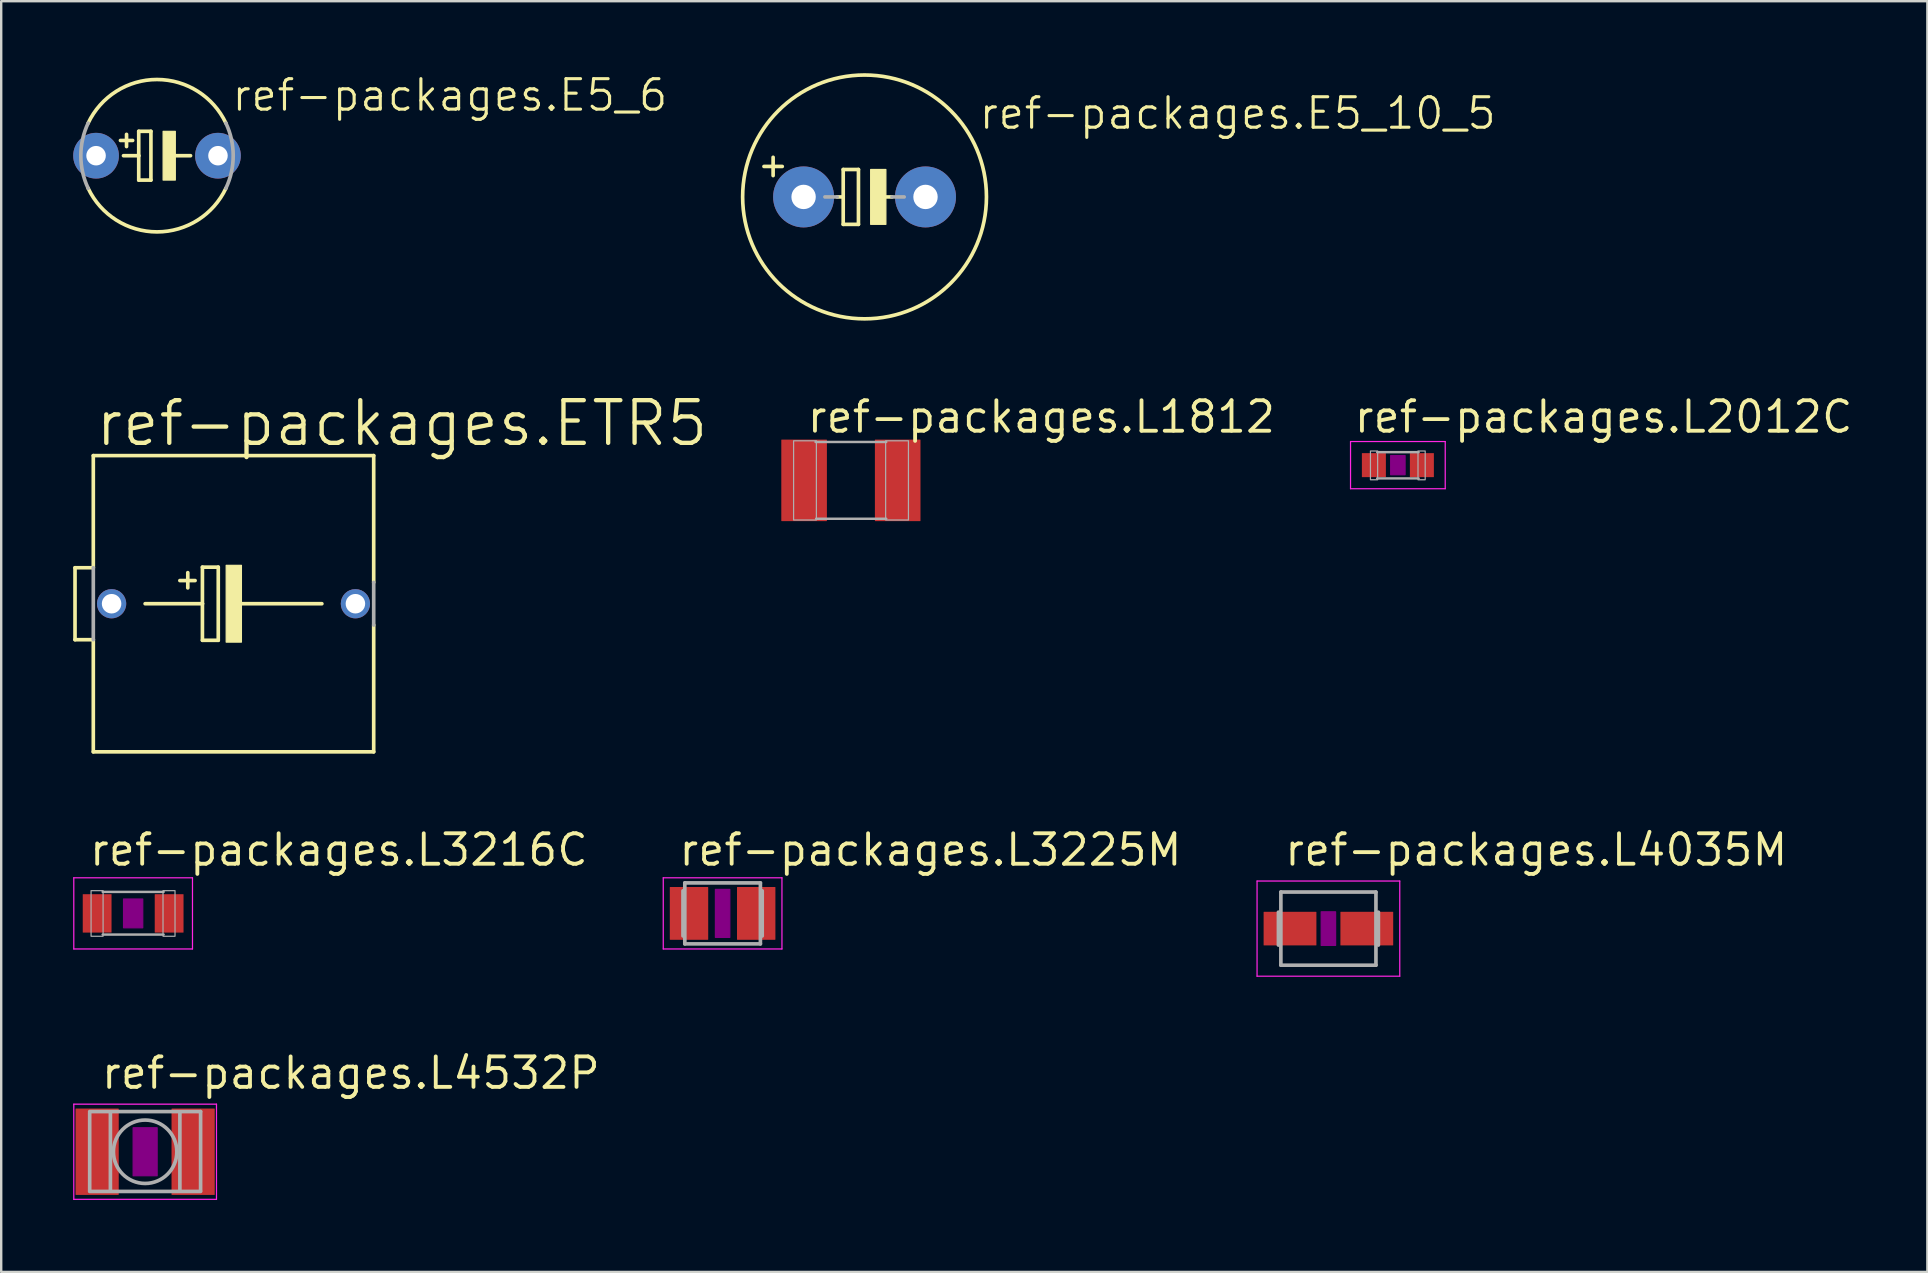
<source format=kicad_pcb>
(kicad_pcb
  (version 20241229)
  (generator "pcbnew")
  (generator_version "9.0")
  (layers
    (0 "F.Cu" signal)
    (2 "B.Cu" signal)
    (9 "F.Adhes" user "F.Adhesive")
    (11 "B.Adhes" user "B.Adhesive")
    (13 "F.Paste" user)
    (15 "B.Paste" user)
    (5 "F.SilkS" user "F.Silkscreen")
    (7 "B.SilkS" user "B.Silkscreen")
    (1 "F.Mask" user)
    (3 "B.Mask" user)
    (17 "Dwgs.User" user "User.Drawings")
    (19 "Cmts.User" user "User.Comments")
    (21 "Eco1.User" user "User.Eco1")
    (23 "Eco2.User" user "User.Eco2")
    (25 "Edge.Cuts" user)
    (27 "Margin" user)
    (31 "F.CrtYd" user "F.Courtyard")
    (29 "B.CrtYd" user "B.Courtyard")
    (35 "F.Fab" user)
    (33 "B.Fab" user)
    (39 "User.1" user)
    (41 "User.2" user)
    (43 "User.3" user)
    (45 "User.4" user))
  (footprint "ref-packages.E5_6"
    (layer "F.Cu")
    (at 3.493 3.438)
    (property "Reference" "ref-packages.E5_6" (at 3.048 -1.778 0) (layer "F.SilkS") (effects (font (size 1.27 1.27) (thickness 0.13)) (justify left bottom)))
    (attr through_hole)
    (fp_line (start -1.524 -0.635) (end -1.016 -0.635) (stroke (width 0.152) (type default)) (layer "F.SilkS"))
    (fp_line (start -1.397 0) (end -0.762 0) (stroke (width 0.152) (type default)) (layer "F.SilkS"))
    (fp_line (start -1.27 -0.381) (end -1.27 -0.889) (stroke (width 0.152) (type default)) (layer "F.SilkS"))
    (fp_line (start -0.762 -1.016) (end -0.762 0) (stroke (width 0.152) (type default)) (layer "F.SilkS"))
    (fp_line (start -0.762 0) (end -0.762 1.016) (stroke (width 0.152) (type default)) (layer "F.SilkS"))
    (fp_line (start -0.762 1.016) (end -0.254 1.016) (stroke (width 0.152) (type default)) (layer "F.SilkS"))
    (fp_line (start -0.254 -1.016) (end -0.762 -1.016) (stroke (width 0.152) (type default)) (layer "F.SilkS"))
    (fp_line (start -0.254 1.016) (end -0.254 -1.016) (stroke (width 0.152) (type default)) (layer "F.SilkS"))
    (fp_line (start 0.635 0) (end 1.397 0) (stroke (width 0.152) (type default)) (layer "F.SilkS"))
    (fp_rect (start 0.254 1.016) (end 0.762 -1.016) (stroke (width 0.05) (type default)) (fill yes) (layer "F.SilkS"))
    (fp_arc (start -2.8702 -1.3574) (mid 0 -3.174993) (end 2.8702 -1.3574) (stroke (width 0.1524) (type default)) (layer "F.SilkS"))
    (fp_arc (start 2.8702 1.3574) (mid 0 3.174993) (end -2.8702 1.3574) (stroke (width 0.1524) (type default)) (layer "F.SilkS"))
    (fp_arc (start -2.8702 1.3574) (mid -3.174993 0) (end -2.8702 -1.3574) (stroke (width 0.1524) (type default)) (layer "F.Fab"))
    (fp_arc (start 2.8702 -1.3574) (mid 3.174993 0) (end 2.8702 1.3574) (stroke (width 0.1524) (type default)) (layer "F.Fab"))
    (pad "+" thru_hole circle (at -2.54 0) (size 1.905 1.905) (drill 0.813) (layers "*.Cu" "*.Mask"))
    (pad "-" thru_hole circle (at 2.54 0) (size 1.905 1.905) (drill 0.813) (layers "*.Cu" "*.Mask")))
  (footprint "ref-packages.L2012C"
    (layer "F.Cu")
    (at 55.2 16.332)
    (property "Reference" "ref-packages.L2012C" (at -1.905 -1.27 0) (layer "F.SilkS") (effects (font (size 1.27 1.27) (thickness 0.16)) (justify left bottom)))
    (attr smd)
    (fp_rect (start -0.3 0.4) (end 0.3 -0.4) (stroke (width 0.05) (type default)) (fill yes) (layer "F.Adhes"))
    (fp_line (start -1.973 -0.983) (end 1.973 -0.983) (stroke (width 0.051) (type default)) (layer "F.CrtYd"))
    (fp_line (start -1.973 0.983) (end -1.973 -0.983) (stroke (width 0.051) (type default)) (layer "F.CrtYd"))
    (fp_line (start 1.973 -0.983) (end 1.973 0.983) (stroke (width 0.051) (type default)) (layer "F.CrtYd"))
    (fp_line (start 1.973 0.983) (end -1.973 0.983) (stroke (width 0.051) (type default)) (layer "F.CrtYd"))
    (fp_line (start -0.864 -0.54) (end 0.864 -0.54) (stroke (width 0.102) (type default)) (layer "F.Fab"))
    (fp_line (start -0.864 0.553) (end 0.864 0.553) (stroke (width 0.102) (type default)) (layer "F.Fab"))
    (fp_rect (start -1.143 0.61) (end -0.843 -0.59) (stroke (width 0.05) (type default)) (fill no) (layer "F.Fab"))
    (fp_rect (start 0.838 0.61) (end 1.138 -0.59) (stroke (width 0.05) (type default)) (fill no) (layer "F.Fab"))
    (pad "1" smd roundrect (at -1 0) (size 1 1) (layers "F.Cu" "F.Mask" "F.Paste") (roundrect_rratio 0.01))
    (pad "2" smd roundrect (at 1 0) (size 1 1) (layers "F.Cu" "F.Mask" "F.Paste") (roundrect_rratio 0.01)))
  (footprint "ref-packages.E5_10_5"
    (layer "F.Cu")
    (at 32.976 5.156)
    (property "Reference" "ref-packages.E5_10_5" (at 4.699 -2.743 0) (layer "F.SilkS") (effects (font (size 1.27 1.27) (thickness 0.13)) (justify left bottom)))
    (attr through_hole)
    (fp_line (start -3.81 -1.651) (end -3.81 -0.889) (stroke (width 0.152) (type default)) (layer "F.SilkS"))
    (fp_line (start -3.429 -1.27) (end -4.191 -1.27) (stroke (width 0.152) (type default)) (layer "F.SilkS"))
    (fp_line (start -1.143 0) (end -0.889 0) (stroke (width 0.152) (type default)) (layer "F.SilkS"))
    (fp_line (start -0.889 -1.143) (end -0.889 0) (stroke (width 0.152) (type default)) (layer "F.SilkS"))
    (fp_line (start -0.889 0) (end -0.889 1.143) (stroke (width 0.152) (type default)) (layer "F.SilkS"))
    (fp_line (start -0.889 1.143) (end -0.254 1.143) (stroke (width 0.152) (type default)) (layer "F.SilkS"))
    (fp_line (start -0.254 -1.143) (end -0.889 -1.143) (stroke (width 0.152) (type default)) (layer "F.SilkS"))
    (fp_line (start -0.254 1.143) (end -0.254 -1.143) (stroke (width 0.152) (type default)) (layer "F.SilkS"))
    (fp_line (start 0.635 0) (end 1.143 0) (stroke (width 0.152) (type default)) (layer "F.SilkS"))
    (fp_rect (start 0.254 1.143) (end 0.889 -1.143) (stroke (width 0.05) (type default)) (fill yes) (layer "F.SilkS"))
    (fp_circle (center 0 0) (end 5.08 0) (stroke (width 0.152) (type default)) (fill no) (layer "F.SilkS"))
    (fp_line (start -1.651 0) (end -1.143 0) (stroke (width 0.152) (type default)) (layer "F.Fab"))
    (fp_line (start 1.143 0) (end 1.651 0) (stroke (width 0.152) (type default)) (layer "F.Fab"))
    (pad "+" thru_hole circle (at -2.54 0) (size 2.54 2.54) (drill 1.016) (layers "*.Cu" "*.Mask"))
    (pad "-" thru_hole circle (at 2.54 0) (size 2.54 2.54) (drill 1.016) (layers "*.Cu" "*.Mask")))
  (footprint "ref-packages.L3216C"
    (layer "F.Cu")
    (at 2.498 35.011)
    (property "Reference" "ref-packages.L3216C" (at -1.905 -1.905 0) (layer "F.SilkS") (effects (font (size 1.27 1.27) (thickness 0.16)) (justify left bottom)))
    (attr smd)
    (fp_rect (start -0.4 0.6) (end 0.4 -0.6) (stroke (width 0.05) (type default)) (fill yes) (layer "F.Adhes"))
    (fp_line (start -2.473 -1.483) (end 2.473 -1.483) (stroke (width 0.051) (type default)) (layer "F.CrtYd"))
    (fp_line (start -2.473 1.483) (end -2.473 -1.483) (stroke (width 0.051) (type default)) (layer "F.CrtYd"))
    (fp_line (start 2.473 -1.483) (end 2.473 1.483) (stroke (width 0.051) (type default)) (layer "F.CrtYd"))
    (fp_line (start 2.473 1.483) (end -2.473 1.483) (stroke (width 0.051) (type default)) (layer "F.CrtYd"))
    (fp_line (start -1.27 -0.896) (end 1.27 -0.896) (stroke (width 0.102) (type default)) (layer "F.Fab"))
    (fp_line (start -1.27 0.883) (end 1.27 0.883) (stroke (width 0.102) (type default)) (layer "F.Fab"))
    (fp_rect (start -1.753 0.953) (end -1.252 -0.947) (stroke (width 0.05) (type default)) (fill no) (layer "F.Fab"))
    (fp_rect (start 1.245 0.953) (end 1.745 -0.947) (stroke (width 0.05) (type default)) (fill no) (layer "F.Fab"))
    (pad "1" smd roundrect (at -1.5 0) (size 1.2 1.6) (layers "F.Cu" "F.Mask" "F.Paste") (roundrect_rratio 0.01))
    (pad "2" smd roundrect (at 1.5 0) (size 1.2 1.6) (layers "F.Cu" "F.Mask" "F.Paste") (roundrect_rratio 0.01)))
  (footprint "ref-packages.L1812"
    (layer "F.Cu")
    (at 32.407 16.967)
    (property "Reference" "ref-packages.L1812" (at -1.905 -1.905 0) (layer "F.SilkS") (effects (font (size 1.27 1.27) (thickness 0.16)) (justify left bottom)))
    (attr smd)
    (fp_line (start -1.473 -1.6) (end 1.473 -1.6) (stroke (width 0.102) (type default)) (layer "F.Fab"))
    (fp_line (start -1.448 1.6) (end 1.473 1.6) (stroke (width 0.102) (type default)) (layer "F.Fab"))
    (fp_rect (start -2.388 1.651) (end -1.438 -1.649) (stroke (width 0.05) (type default)) (fill no) (layer "F.Fab"))
    (fp_rect (start 1.448 1.651) (end 2.398 -1.649) (stroke (width 0.05) (type default)) (fill no) (layer "F.Fab"))
    (pad "1" smd roundrect (at -1.95 0) (size 1.9 3.4) (layers "F.Cu" "F.Mask" "F.Paste") (roundrect_rratio 0.01))
    (pad "2" smd roundrect (at 1.95 0) (size 1.9 3.4) (layers "F.Cu" "F.Mask" "F.Paste") (roundrect_rratio 0.01)))
  (footprint "ref-packages.L3225M"
    (layer "F.Cu")
    (at 27.061 35.011)
    (property "Reference" "ref-packages.L3225M" (at -1.905 -1.905 0) (layer "F.SilkS") (effects (font (size 1.27 1.27) (thickness 0.16)) (justify left bottom)))
    (attr smd)
    (fp_rect (start -0.3 1) (end 0.3 -1) (stroke (width 0.05) (type default)) (fill yes) (layer "F.Adhes"))
    (fp_line (start -2.473 -1.483) (end 2.473 -1.483) (stroke (width 0.051) (type default)) (layer "F.CrtYd"))
    (fp_line (start -2.473 1.483) (end -2.473 -1.483) (stroke (width 0.051) (type default)) (layer "F.CrtYd"))
    (fp_line (start 2.473 -1.483) (end 2.473 1.483) (stroke (width 0.051) (type default)) (layer "F.CrtYd"))
    (fp_line (start 2.473 1.483) (end -2.473 1.483) (stroke (width 0.051) (type default)) (layer "F.CrtYd"))
    (fp_line (start -1.651 -0.94) (end -1.651 0.94) (stroke (width 0.152) (type default)) (layer "F.Fab"))
    (fp_line (start -1.575 -1.27) (end 1.575 -1.27) (stroke (width 0.152) (type default)) (layer "F.Fab"))
    (fp_line (start -1.575 1.27) (end -1.575 -1.27) (stroke (width 0.152) (type default)) (layer "F.Fab"))
    (fp_line (start 1.575 -1.27) (end 1.575 1.27) (stroke (width 0.152) (type default)) (layer "F.Fab"))
    (fp_line (start 1.575 1.27) (end -1.575 1.27) (stroke (width 0.152) (type default)) (layer "F.Fab"))
    (fp_line (start 1.651 -0.94) (end 1.651 0.94) (stroke (width 0.152) (type default)) (layer "F.Fab"))
    (pad "1" smd roundrect (at -1.4 0) (size 1.6 2.2) (layers "F.Cu" "F.Mask" "F.Paste") (roundrect_rratio 0.01))
    (pad "2" smd roundrect (at 1.4 0) (size 1.6 2.2) (layers "F.Cu" "F.Mask" "F.Paste") (roundrect_rratio 0.01)))
  (footprint "ref-packages.L4532P"
    (layer "F.Cu")
    (at 2.998 44.944)
    (property "Reference" "ref-packages.L4532P" (at -1.905 -2.54 0) (layer "F.SilkS") (effects (font (size 1.27 1.27) (thickness 0.16)) (justify left bottom)))
    (attr smd)
    (fp_rect (start -0.5 1) (end 0.5 -1) (stroke (width 0.05) (type default)) (fill yes) (layer "F.Adhes"))
    (fp_line (start -2.973 -1.983) (end 2.973 -1.983) (stroke (width 0.051) (type default)) (layer "F.CrtYd"))
    (fp_line (start -2.973 1.983) (end -2.973 -1.983) (stroke (width 0.051) (type default)) (layer "F.CrtYd"))
    (fp_line (start 2.973 -1.983) (end 2.973 1.983) (stroke (width 0.051) (type default)) (layer "F.CrtYd"))
    (fp_line (start 2.973 1.983) (end -2.973 1.983) (stroke (width 0.051) (type default)) (layer "F.CrtYd"))
    (fp_line (start -2.311 -1.675) (end 2.311 -1.675) (stroke (width 0.152) (type default)) (layer "F.Fab"))
    (fp_line (start -2.311 -1.626) (end -2.311 1.626) (stroke (width 0.152) (type default)) (layer "F.Fab"))
    (fp_line (start -2.311 1.653) (end 2.311 1.653) (stroke (width 0.152) (type default)) (layer "F.Fab"))
    (fp_line (start -1.448 -1.651) (end -1.448 1.626) (stroke (width 0.152) (type default)) (layer "F.Fab"))
    (fp_line (start 1.448 -1.626) (end 1.448 1.626) (stroke (width 0.152) (type default)) (layer "F.Fab"))
    (fp_line (start 2.311 -1.675) (end 2.311 1.626) (stroke (width 0.152) (type default)) (layer "F.Fab"))
    (fp_circle (center 0 0) (end 1.321 0) (stroke (width 0.152) (type default)) (fill no) (layer "F.Fab"))
    (pad "1" smd roundrect (at -2 0) (size 1.8 3.6) (layers "F.Cu" "F.Mask" "F.Paste") (roundrect_rratio 0.01))
    (pad "2" smd roundrect (at 2 0) (size 1.8 3.6) (layers "F.Cu" "F.Mask" "F.Paste") (roundrect_rratio 0.01)))
  (footprint "ref-packages.L4035M"
    (layer "F.Cu")
    (at 52.305 35.646)
    (property "Reference" "ref-packages.L4035M" (at -1.905 -2.54 0) (layer "F.SilkS") (effects (font (size 1.27 1.27) (thickness 0.16)) (justify left bottom)))
    (attr smd)
    (fp_rect (start -0.3 0.7) (end 0.3 -0.7) (stroke (width 0.05) (type default)) (fill yes) (layer "F.Adhes"))
    (fp_line (start -2.973 -1.983) (end 2.973 -1.983) (stroke (width 0.051) (type default)) (layer "F.CrtYd"))
    (fp_line (start -2.973 1.983) (end -2.973 -1.983) (stroke (width 0.051) (type default)) (layer "F.CrtYd"))
    (fp_line (start 2.973 -1.983) (end 2.973 1.983) (stroke (width 0.051) (type default)) (layer "F.CrtYd"))
    (fp_line (start 2.973 1.983) (end -2.973 1.983) (stroke (width 0.051) (type default)) (layer "F.CrtYd"))
    (fp_line (start -2.083 -0.686) (end -2.083 0.686) (stroke (width 0.152) (type default)) (layer "F.Fab"))
    (fp_line (start -1.981 -1.524) (end -1.981 1.524) (stroke (width 0.152) (type default)) (layer "F.Fab"))
    (fp_line (start -1.981 1.524) (end 1.981 1.524) (stroke (width 0.152) (type default)) (layer "F.Fab"))
    (fp_line (start 1.981 -1.524) (end -1.981 -1.524) (stroke (width 0.152) (type default)) (layer "F.Fab"))
    (fp_line (start 1.981 1.524) (end 1.981 -1.524) (stroke (width 0.152) (type default)) (layer "F.Fab"))
    (fp_line (start 2.083 -0.686) (end 2.083 0.686) (stroke (width 0.152) (type default)) (layer "F.Fab"))
    (pad "1" smd roundrect (at -1.6 0) (size 2.2 1.4) (layers "F.Cu" "F.Mask" "F.Paste") (roundrect_rratio 0.01))
    (pad "2" smd roundrect (at 1.6 0) (size 2.2 1.4) (layers "F.Cu" "F.Mask" "F.Paste") (roundrect_rratio 0.01)))
  (footprint "ref-packages.ETR5"
    (layer "F.Cu")
    (at 6.68 22.107)
    (property "Reference" "ref-packages.ETR5" (at -5.842 -6.477 0) (layer "F.SilkS") (effects (font (size 1.778 1.778) (thickness 0.18)) (justify left bottom)))
    (attr through_hole)
    (fp_line (start -6.604 -1.499) (end -6.604 1.499) (stroke (width 0.152) (type default)) (layer "F.SilkS"))
    (fp_line (start -6.604 1.499) (end -5.842 1.499) (stroke (width 0.152) (type default)) (layer "F.SilkS"))
    (fp_line (start -5.842 -1.499) (end -6.604 -1.499) (stroke (width 0.152) (type default)) (layer "F.SilkS"))
    (fp_line (start -5.842 -1.499) (end -5.842 -6.172) (stroke (width 0.152) (type default)) (layer "F.SilkS"))
    (fp_line (start -5.842 6.172) (end -5.842 1.499) (stroke (width 0.152) (type default)) (layer "F.SilkS"))
    (fp_line (start -5.842 6.172) (end 5.842 6.172) (stroke (width 0.152) (type default)) (layer "F.SilkS"))
    (fp_line (start -3.683 0) (end -1.295 0) (stroke (width 0.152) (type default)) (layer "F.SilkS"))
    (fp_line (start -1.905 -1.295) (end -1.905 -0.66) (stroke (width 0.152) (type default)) (layer "F.SilkS"))
    (fp_line (start -1.6 -0.965) (end -2.235 -0.965) (stroke (width 0.152) (type default)) (layer "F.SilkS"))
    (fp_line (start -1.295 -1.524) (end -0.635 -1.524) (stroke (width 0.152) (type default)) (layer "F.SilkS"))
    (fp_line (start -1.295 0) (end -1.295 -1.524) (stroke (width 0.152) (type default)) (layer "F.SilkS"))
    (fp_line (start -1.295 1.524) (end -1.295 0) (stroke (width 0.152) (type default)) (layer "F.SilkS"))
    (fp_line (start -0.635 -1.524) (end -0.635 1.524) (stroke (width 0.152) (type default)) (layer "F.SilkS"))
    (fp_line (start -0.635 1.524) (end -1.295 1.524) (stroke (width 0.152) (type default)) (layer "F.SilkS"))
    (fp_line (start 0 0) (end 3.683 0) (stroke (width 0.152) (type default)) (layer "F.SilkS"))
    (fp_line (start 5.842 -6.172) (end -5.842 -6.172) (stroke (width 0.152) (type default)) (layer "F.SilkS"))
    (fp_line (start 5.842 -0.889) (end 5.842 -6.172) (stroke (width 0.152) (type default)) (layer "F.SilkS"))
    (fp_line (start 5.842 6.172) (end 5.842 0.889) (stroke (width 0.152) (type default)) (layer "F.SilkS"))
    (fp_rect (start -0.305 1.6) (end 0.33 -1.6) (stroke (width 0.05) (type default)) (fill yes) (layer "F.SilkS"))
    (fp_line (start -5.842 1.499) (end -5.842 -1.499) (stroke (width 0.152) (type default)) (layer "F.Fab"))
    (fp_line (start 5.842 -0.889) (end 5.842 0.889) (stroke (width 0.152) (type default)) (layer "F.Fab"))
    (pad "+" thru_hole circle (at -5.08 0) (size 1.219 1.219) (drill 0.813) (layers "*.Cu" "*.Mask"))
    (pad "-" thru_hole circle (at 5.08 0) (size 1.219 1.219) (drill 0.813) (layers "*.Cu" "*.Mask")))
  (gr_rect
    (start -3 -3)
    (end 77.264 49.953)
    (stroke (width 0.1) (type default))
    (fill no)
    (layer "Edge.Cuts")))
</source>
